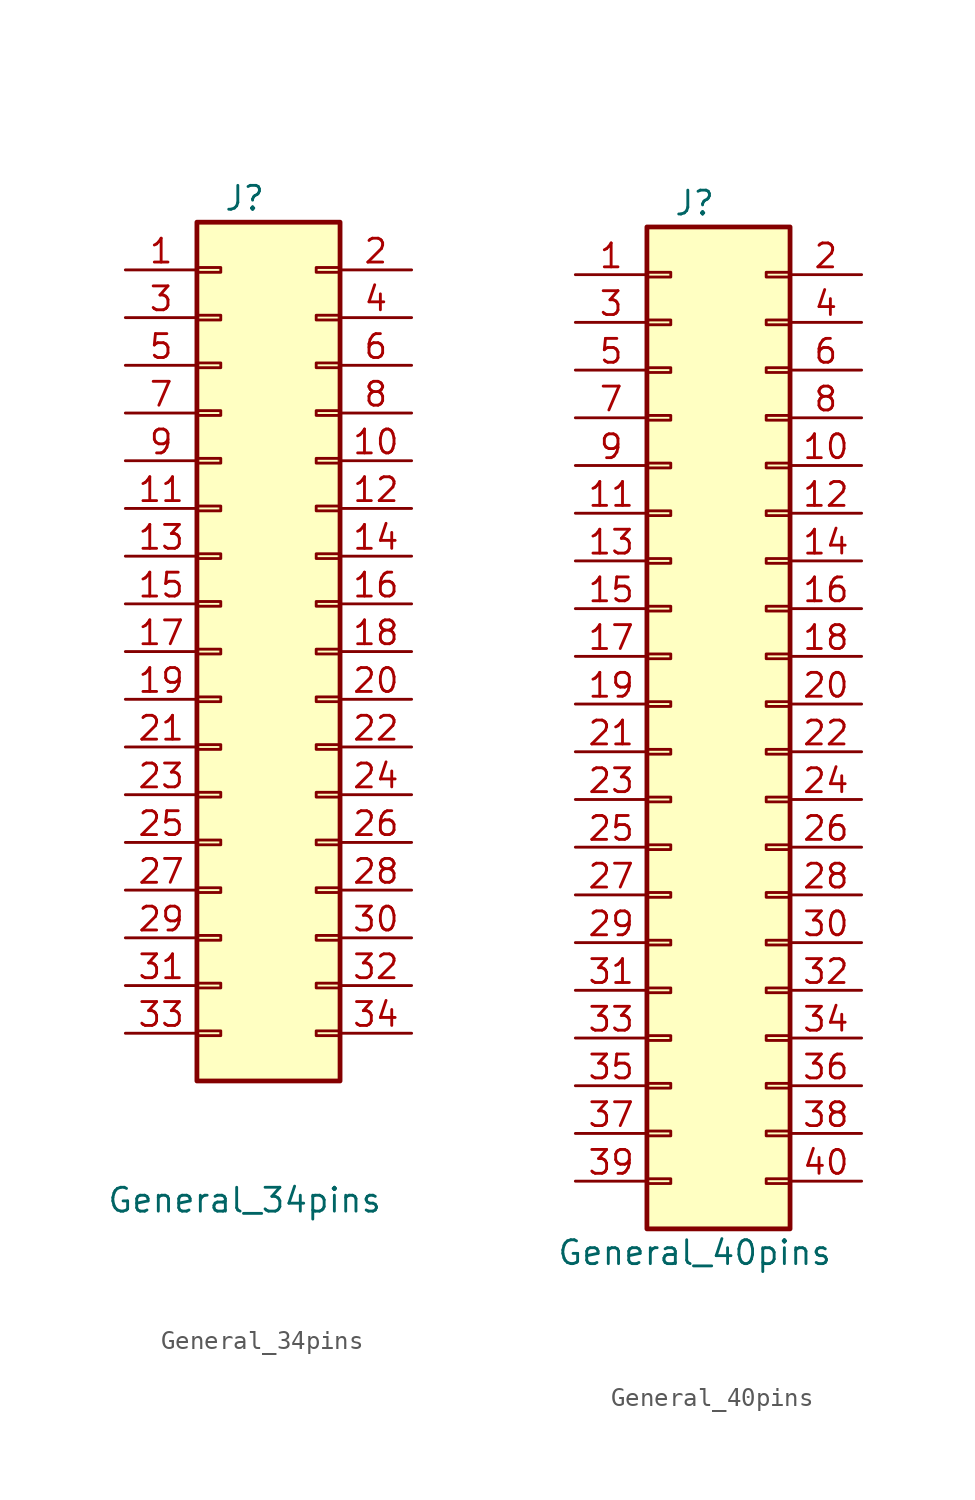
<source format=kicad_sym>
(kicad_symbol_lib
  (version 20231120)
  (generator "kicad_symbol_editor")
  (generator_version "8.0")
  (symbol "General_34pins"
    (pin_names
      (offset 1.016) hide)
    (property "Reference" "J"
      (at -1.27 25.4 0)
      (effects (font (size 1.27 1.27))))
    (property "Value" "General_34pins"
      (at -1.27 -27.94 0)
      (effects (font (size 1.27 1.27))))
    (symbol "General_34pins_1_1"
      (rectangle (start -3.81 -18.923) (end -2.54 -19.177) (stroke (width 0.152) (type default)) (fill (type none)))
      (rectangle (start -3.81 -16.383) (end -2.54 -16.637) (stroke (width 0.152) (type default)) (fill (type none)))
      (rectangle (start -3.81 -13.843) (end -2.54 -14.097) (stroke (width 0.152) (type default)) (fill (type none)))
      (rectangle (start -3.81 -11.303) (end -2.54 -11.557) (stroke (width 0.152) (type default)) (fill (type none)))
      (rectangle (start -3.81 -8.763) (end -2.54 -9.017) (stroke (width 0.152) (type default)) (fill (type none)))
      (rectangle (start -3.81 -6.223) (end -2.54 -6.477) (stroke (width 0.152) (type default)) (fill (type none)))
      (rectangle (start -3.81 -3.683) (end -2.54 -3.937) (stroke (width 0.152) (type default)) (fill (type none)))
      (rectangle (start -3.81 -1.143) (end -2.54 -1.397) (stroke (width 0.152) (type default)) (fill (type none)))
      (rectangle (start -3.81 1.397) (end -2.54 1.143) (stroke (width 0.152) (type default)) (fill (type none)))
      (rectangle (start -3.81 3.937) (end -2.54 3.683) (stroke (width 0.152) (type default)) (fill (type none)))
      (rectangle (start -3.81 6.477) (end -2.54 6.223) (stroke (width 0.152) (type default)) (fill (type none)))
      (rectangle (start -3.81 9.017) (end -2.54 8.763) (stroke (width 0.152) (type default)) (fill (type none)))
      (rectangle (start -3.81 11.557) (end -2.54 11.303) (stroke (width 0.152) (type default)) (fill (type none)))
      (rectangle (start -3.81 14.097) (end -2.54 13.843) (stroke (width 0.152) (type default)) (fill (type none)))
      (rectangle (start -3.81 16.637) (end -2.54 16.383) (stroke (width 0.152) (type default)) (fill (type none)))
      (rectangle (start -3.81 19.177) (end -2.54 18.923) (stroke (width 0.152) (type default)) (fill (type none)))
      (rectangle (start -3.81 21.717) (end -2.54 21.463) (stroke (width 0.152) (type default)) (fill (type none)))
      (rectangle (start -3.81 24.13) (end 3.81 -21.59) (stroke (width 0.254) (type default)) (fill (type background)))
      (rectangle (start 3.81 -19.177) (end 2.54 -18.923) (stroke (width 0.152) (type default)) (fill (type none)))
      (rectangle (start 3.81 -16.637) (end 2.54 -16.383) (stroke (width 0.152) (type default)) (fill (type none)))
      (rectangle (start 3.81 -14.097) (end 2.54 -13.843) (stroke (width 0.152) (type default)) (fill (type none)))
      (rectangle (start 3.81 -11.557) (end 2.54 -11.303) (stroke (width 0.152) (type default)) (fill (type none)))
      (rectangle (start 3.81 -9.017) (end 2.54 -8.763) (stroke (width 0.152) (type default)) (fill (type none)))
      (rectangle (start 3.81 -6.477) (end 2.54 -6.223) (stroke (width 0.152) (type default)) (fill (type none)))
      (rectangle (start 3.81 -3.937) (end 2.54 -3.683) (stroke (width 0.152) (type default)) (fill (type none)))
      (rectangle (start 3.81 -1.397) (end 2.54 -1.143) (stroke (width 0.152) (type default)) (fill (type none)))
      (rectangle (start 3.81 1.143) (end 2.54 1.397) (stroke (width 0.152) (type default)) (fill (type none)))
      (rectangle (start 3.81 3.683) (end 2.54 3.937) (stroke (width 0.152) (type default)) (fill (type none)))
      (rectangle (start 3.81 6.223) (end 2.54 6.477) (stroke (width 0.152) (type default)) (fill (type none)))
      (rectangle (start 3.81 8.763) (end 2.54 9.017) (stroke (width 0.152) (type default)) (fill (type none)))
      (rectangle (start 3.81 11.303) (end 2.54 11.557) (stroke (width 0.152) (type default)) (fill (type none)))
      (rectangle (start 3.81 13.843) (end 2.54 14.097) (stroke (width 0.152) (type default)) (fill (type none)))
      (rectangle (start 3.81 16.383) (end 2.54 16.637) (stroke (width 0.152) (type default)) (fill (type none)))
      (rectangle (start 3.81 18.923) (end 2.54 19.177) (stroke (width 0.152) (type default)) (fill (type none)))
      (rectangle (start 3.81 21.463) (end 2.54 21.717) (stroke (width 0.152) (type default)) (fill (type none)))
      (pin passive line (at -7.62 21.59 0) (length 3.81) (name "Pin_1" (effects (font (size 1.27 1.27)))) (number "1" (effects (font (size 1.27 1.27)))))
      (pin passive line (at 7.62 11.43 180) (length 3.81) (name "Pin_10" (effects (font (size 1.27 1.27)))) (number "10" (effects (font (size 1.27 1.27)))))
      (pin passive line (at -7.62 8.89 0) (length 3.81) (name "Pin_11" (effects (font (size 1.27 1.27)))) (number "11" (effects (font (size 1.27 1.27)))))
      (pin passive line (at 7.62 8.89 180) (length 3.81) (name "Pin_12" (effects (font (size 1.27 1.27)))) (number "12" (effects (font (size 1.27 1.27)))))
      (pin passive line (at -7.62 6.35 0) (length 3.81) (name "Pin_13" (effects (font (size 1.27 1.27)))) (number "13" (effects (font (size 1.27 1.27)))))
      (pin passive line (at 7.62 6.35 180) (length 3.81) (name "Pin_14" (effects (font (size 1.27 1.27)))) (number "14" (effects (font (size 1.27 1.27)))))
      (pin passive line (at -7.62 3.81 0) (length 3.81) (name "Pin_15" (effects (font (size 1.27 1.27)))) (number "15" (effects (font (size 1.27 1.27)))))
      (pin passive line (at 7.62 3.81 180) (length 3.81) (name "Pin_16" (effects (font (size 1.27 1.27)))) (number "16" (effects (font (size 1.27 1.27)))))
      (pin passive line (at -7.62 1.27 0) (length 3.81) (name "Pin_17" (effects (font (size 1.27 1.27)))) (number "17" (effects (font (size 1.27 1.27)))))
      (pin passive line (at 7.62 1.27 180) (length 3.81) (name "Pin_18" (effects (font (size 1.27 1.27)))) (number "18" (effects (font (size 1.27 1.27)))))
      (pin passive line (at -7.62 -1.27 0) (length 3.81) (name "Pin_19" (effects (font (size 1.27 1.27)))) (number "19" (effects (font (size 1.27 1.27)))))
      (pin passive line (at 7.62 21.59 180) (length 3.81) (name "Pin_2" (effects (font (size 1.27 1.27)))) (number "2" (effects (font (size 1.27 1.27)))))
      (pin passive line (at 7.62 -1.27 180) (length 3.81) (name "Pin_20" (effects (font (size 1.27 1.27)))) (number "20" (effects (font (size 1.27 1.27)))))
      (pin passive line (at -7.62 -3.81 0) (length 3.81) (name "Pin_21" (effects (font (size 1.27 1.27)))) (number "21" (effects (font (size 1.27 1.27)))))
      (pin passive line (at 7.62 -3.81 180) (length 3.81) (name "Pin_22" (effects (font (size 1.27 1.27)))) (number "22" (effects (font (size 1.27 1.27)))))
      (pin passive line (at -7.62 -6.35 0) (length 3.81) (name "Pin_23" (effects (font (size 1.27 1.27)))) (number "23" (effects (font (size 1.27 1.27)))))
      (pin passive line (at 7.62 -6.35 180) (length 3.81) (name "Pin_24" (effects (font (size 1.27 1.27)))) (number "24" (effects (font (size 1.27 1.27)))))
      (pin passive line (at -7.62 -8.89 0) (length 3.81) (name "Pin_25" (effects (font (size 1.27 1.27)))) (number "25" (effects (font (size 1.27 1.27)))))
      (pin passive line (at 7.62 -8.89 180) (length 3.81) (name "Pin_26" (effects (font (size 1.27 1.27)))) (number "26" (effects (font (size 1.27 1.27)))))
      (pin passive line (at -7.62 -11.43 0) (length 3.81) (name "Pin_27" (effects (font (size 1.27 1.27)))) (number "27" (effects (font (size 1.27 1.27)))))
      (pin passive line (at 7.62 -11.43 180) (length 3.81) (name "Pin_28" (effects (font (size 1.27 1.27)))) (number "28" (effects (font (size 1.27 1.27)))))
      (pin passive line (at -7.62 -13.97 0) (length 3.81) (name "Pin_29" (effects (font (size 1.27 1.27)))) (number "29" (effects (font (size 1.27 1.27)))))
      (pin passive line (at -7.62 19.05 0) (length 3.81) (name "Pin_3" (effects (font (size 1.27 1.27)))) (number "3" (effects (font (size 1.27 1.27)))))
      (pin passive line (at 7.62 -13.97 180) (length 3.81) (name "Pin_30" (effects (font (size 1.27 1.27)))) (number "30" (effects (font (size 1.27 1.27)))))
      (pin passive line (at -7.62 -16.51 0) (length 3.81) (name "Pin_31" (effects (font (size 1.27 1.27)))) (number "31" (effects (font (size 1.27 1.27)))))
      (pin passive line (at 7.62 -16.51 180) (length 3.81) (name "Pin_32" (effects (font (size 1.27 1.27)))) (number "32" (effects (font (size 1.27 1.27)))))
      (pin passive line (at -7.62 -19.05 0) (length 3.81) (name "Pin_33" (effects (font (size 1.27 1.27)))) (number "33" (effects (font (size 1.27 1.27)))))
      (pin passive line (at 7.62 -19.05 180) (length 3.81) (name "Pin_34" (effects (font (size 1.27 1.27)))) (number "34" (effects (font (size 1.27 1.27)))))
      (pin passive line (at 7.62 19.05 180) (length 3.81) (name "Pin_4" (effects (font (size 1.27 1.27)))) (number "4" (effects (font (size 1.27 1.27)))))
      (pin passive line (at -7.62 16.51 0) (length 3.81) (name "Pin_5" (effects (font (size 1.27 1.27)))) (number "5" (effects (font (size 1.27 1.27)))))
      (pin passive line (at 7.62 16.51 180) (length 3.81) (name "Pin_6" (effects (font (size 1.27 1.27)))) (number "6" (effects (font (size 1.27 1.27)))))
      (pin passive line (at -7.62 13.97 0) (length 3.81) (name "Pin_7" (effects (font (size 1.27 1.27)))) (number "7" (effects (font (size 1.27 1.27)))))
      (pin passive line (at 7.62 13.97 180) (length 3.81) (name "Pin_8" (effects (font (size 1.27 1.27)))) (number "8" (effects (font (size 1.27 1.27)))))
      (pin passive line (at -7.62 11.43 0) (length 3.81) (name "Pin_9" (effects (font (size 1.27 1.27)))) (number "9" (effects (font (size 1.27 1.27)))))))
  (symbol "General_40pins"
    (pin_names
      (offset 1.016) hide)
    (property "Reference" "J"
      (at -1.27 27.94 0)
      (effects (font (size 1.27 1.27))))
    (property "Value" "General_40pins"
      (at -1.27 -27.94 0)
      (effects (font (size 1.27 1.27))))
    (symbol "General_40pins_1_1"
      (rectangle (start -3.81 -24.003) (end -2.54 -24.257) (stroke (width 0.152) (type default)) (fill (type none)))
      (rectangle (start -3.81 -21.463) (end -2.54 -21.717) (stroke (width 0.152) (type default)) (fill (type none)))
      (rectangle (start -3.81 -18.923) (end -2.54 -19.177) (stroke (width 0.152) (type default)) (fill (type none)))
      (rectangle (start -3.81 -16.383) (end -2.54 -16.637) (stroke (width 0.152) (type default)) (fill (type none)))
      (rectangle (start -3.81 -13.843) (end -2.54 -14.097) (stroke (width 0.152) (type default)) (fill (type none)))
      (rectangle (start -3.81 -11.303) (end -2.54 -11.557) (stroke (width 0.152) (type default)) (fill (type none)))
      (rectangle (start -3.81 -8.763) (end -2.54 -9.017) (stroke (width 0.152) (type default)) (fill (type none)))
      (rectangle (start -3.81 -6.223) (end -2.54 -6.477) (stroke (width 0.152) (type default)) (fill (type none)))
      (rectangle (start -3.81 -3.683) (end -2.54 -3.937) (stroke (width 0.152) (type default)) (fill (type none)))
      (rectangle (start -3.81 -1.143) (end -2.54 -1.397) (stroke (width 0.152) (type default)) (fill (type none)))
      (rectangle (start -3.81 1.397) (end -2.54 1.143) (stroke (width 0.152) (type default)) (fill (type none)))
      (rectangle (start -3.81 3.937) (end -2.54 3.683) (stroke (width 0.152) (type default)) (fill (type none)))
      (rectangle (start -3.81 6.477) (end -2.54 6.223) (stroke (width 0.152) (type default)) (fill (type none)))
      (rectangle (start -3.81 9.017) (end -2.54 8.763) (stroke (width 0.152) (type default)) (fill (type none)))
      (rectangle (start -3.81 11.557) (end -2.54 11.303) (stroke (width 0.152) (type default)) (fill (type none)))
      (rectangle (start -3.81 14.097) (end -2.54 13.843) (stroke (width 0.152) (type default)) (fill (type none)))
      (rectangle (start -3.81 16.637) (end -2.54 16.383) (stroke (width 0.152) (type default)) (fill (type none)))
      (rectangle (start -3.81 19.177) (end -2.54 18.923) (stroke (width 0.152) (type default)) (fill (type none)))
      (rectangle (start -3.81 21.717) (end -2.54 21.463) (stroke (width 0.152) (type default)) (fill (type none)))
      (rectangle (start -3.81 24.257) (end -2.54 24.003) (stroke (width 0.152) (type default)) (fill (type none)))
      (rectangle (start -3.81 26.67) (end 3.81 -26.67) (stroke (width 0.254) (type default)) (fill (type background)))
      (rectangle (start 3.81 -24.257) (end 2.54 -24.003) (stroke (width 0.152) (type default)) (fill (type none)))
      (rectangle (start 3.81 -21.717) (end 2.54 -21.463) (stroke (width 0.152) (type default)) (fill (type none)))
      (rectangle (start 3.81 -19.177) (end 2.54 -18.923) (stroke (width 0.152) (type default)) (fill (type none)))
      (rectangle (start 3.81 -16.637) (end 2.54 -16.383) (stroke (width 0.152) (type default)) (fill (type none)))
      (rectangle (start 3.81 -14.097) (end 2.54 -13.843) (stroke (width 0.152) (type default)) (fill (type none)))
      (rectangle (start 3.81 -11.557) (end 2.54 -11.303) (stroke (width 0.152) (type default)) (fill (type none)))
      (rectangle (start 3.81 -9.017) (end 2.54 -8.763) (stroke (width 0.152) (type default)) (fill (type none)))
      (rectangle (start 3.81 -6.477) (end 2.54 -6.223) (stroke (width 0.152) (type default)) (fill (type none)))
      (rectangle (start 3.81 -3.937) (end 2.54 -3.683) (stroke (width 0.152) (type default)) (fill (type none)))
      (rectangle (start 3.81 -1.397) (end 2.54 -1.143) (stroke (width 0.152) (type default)) (fill (type none)))
      (rectangle (start 3.81 1.143) (end 2.54 1.397) (stroke (width 0.152) (type default)) (fill (type none)))
      (rectangle (start 3.81 3.683) (end 2.54 3.937) (stroke (width 0.152) (type default)) (fill (type none)))
      (rectangle (start 3.81 6.223) (end 2.54 6.477) (stroke (width 0.152) (type default)) (fill (type none)))
      (rectangle (start 3.81 8.763) (end 2.54 9.017) (stroke (width 0.152) (type default)) (fill (type none)))
      (rectangle (start 3.81 11.303) (end 2.54 11.557) (stroke (width 0.152) (type default)) (fill (type none)))
      (rectangle (start 3.81 13.843) (end 2.54 14.097) (stroke (width 0.152) (type default)) (fill (type none)))
      (rectangle (start 3.81 16.383) (end 2.54 16.637) (stroke (width 0.152) (type default)) (fill (type none)))
      (rectangle (start 3.81 18.923) (end 2.54 19.177) (stroke (width 0.152) (type default)) (fill (type none)))
      (rectangle (start 3.81 21.463) (end 2.54 21.717) (stroke (width 0.152) (type default)) (fill (type none)))
      (rectangle (start 3.81 24.003) (end 2.54 24.257) (stroke (width 0.152) (type default)) (fill (type none)))
      (pin passive line (at -7.62 24.13 0) (length 3.81) (name "Pin_1" (effects (font (size 1.27 1.27)))) (number "1" (effects (font (size 1.27 1.27)))))
      (pin passive line (at 7.62 13.97 180) (length 3.81) (name "Pin_10" (effects (font (size 1.27 1.27)))) (number "10" (effects (font (size 1.27 1.27)))))
      (pin passive line (at -7.62 11.43 0) (length 3.81) (name "Pin_11" (effects (font (size 1.27 1.27)))) (number "11" (effects (font (size 1.27 1.27)))))
      (pin passive line (at 7.62 11.43 180) (length 3.81) (name "Pin_12" (effects (font (size 1.27 1.27)))) (number "12" (effects (font (size 1.27 1.27)))))
      (pin passive line (at -7.62 8.89 0) (length 3.81) (name "Pin_13" (effects (font (size 1.27 1.27)))) (number "13" (effects (font (size 1.27 1.27)))))
      (pin passive line (at 7.62 8.89 180) (length 3.81) (name "Pin_14" (effects (font (size 1.27 1.27)))) (number "14" (effects (font (size 1.27 1.27)))))
      (pin passive line (at -7.62 6.35 0) (length 3.81) (name "Pin_15" (effects (font (size 1.27 1.27)))) (number "15" (effects (font (size 1.27 1.27)))))
      (pin passive line (at 7.62 6.35 180) (length 3.81) (name "Pin_16" (effects (font (size 1.27 1.27)))) (number "16" (effects (font (size 1.27 1.27)))))
      (pin passive line (at -7.62 3.81 0) (length 3.81) (name "Pin_17" (effects (font (size 1.27 1.27)))) (number "17" (effects (font (size 1.27 1.27)))))
      (pin passive line (at 7.62 3.81 180) (length 3.81) (name "Pin_18" (effects (font (size 1.27 1.27)))) (number "18" (effects (font (size 1.27 1.27)))))
      (pin passive line (at -7.62 1.27 0) (length 3.81) (name "Pin_19" (effects (font (size 1.27 1.27)))) (number "19" (effects (font (size 1.27 1.27)))))
      (pin passive line (at 7.62 24.13 180) (length 3.81) (name "Pin_2" (effects (font (size 1.27 1.27)))) (number "2" (effects (font (size 1.27 1.27)))))
      (pin passive line (at 7.62 1.27 180) (length 3.81) (name "Pin_20" (effects (font (size 1.27 1.27)))) (number "20" (effects (font (size 1.27 1.27)))))
      (pin passive line (at -7.62 -1.27 0) (length 3.81) (name "Pin_21" (effects (font (size 1.27 1.27)))) (number "21" (effects (font (size 1.27 1.27)))))
      (pin passive line (at 7.62 -1.27 180) (length 3.81) (name "Pin_22" (effects (font (size 1.27 1.27)))) (number "22" (effects (font (size 1.27 1.27)))))
      (pin passive line (at -7.62 -3.81 0) (length 3.81) (name "Pin_23" (effects (font (size 1.27 1.27)))) (number "23" (effects (font (size 1.27 1.27)))))
      (pin passive line (at 7.62 -3.81 180) (length 3.81) (name "Pin_24" (effects (font (size 1.27 1.27)))) (number "24" (effects (font (size 1.27 1.27)))))
      (pin passive line (at -7.62 -6.35 0) (length 3.81) (name "Pin_25" (effects (font (size 1.27 1.27)))) (number "25" (effects (font (size 1.27 1.27)))))
      (pin passive line (at 7.62 -6.35 180) (length 3.81) (name "Pin_26" (effects (font (size 1.27 1.27)))) (number "26" (effects (font (size 1.27 1.27)))))
      (pin passive line (at -7.62 -8.89 0) (length 3.81) (name "Pin_27" (effects (font (size 1.27 1.27)))) (number "27" (effects (font (size 1.27 1.27)))))
      (pin passive line (at 7.62 -8.89 180) (length 3.81) (name "Pin_28" (effects (font (size 1.27 1.27)))) (number "28" (effects (font (size 1.27 1.27)))))
      (pin passive line (at -7.62 -11.43 0) (length 3.81) (name "Pin_29" (effects (font (size 1.27 1.27)))) (number "29" (effects (font (size 1.27 1.27)))))
      (pin passive line (at -7.62 21.59 0) (length 3.81) (name "Pin_3" (effects (font (size 1.27 1.27)))) (number "3" (effects (font (size 1.27 1.27)))))
      (pin passive line (at 7.62 -11.43 180) (length 3.81) (name "Pin_30" (effects (font (size 1.27 1.27)))) (number "30" (effects (font (size 1.27 1.27)))))
      (pin passive line (at -7.62 -13.97 0) (length 3.81) (name "Pin_31" (effects (font (size 1.27 1.27)))) (number "31" (effects (font (size 1.27 1.27)))))
      (pin passive line (at 7.62 -13.97 180) (length 3.81) (name "Pin_32" (effects (font (size 1.27 1.27)))) (number "32" (effects (font (size 1.27 1.27)))))
      (pin passive line (at -7.62 -16.51 0) (length 3.81) (name "Pin_33" (effects (font (size 1.27 1.27)))) (number "33" (effects (font (size 1.27 1.27)))))
      (pin passive line (at 7.62 -16.51 180) (length 3.81) (name "Pin_34" (effects (font (size 1.27 1.27)))) (number "34" (effects (font (size 1.27 1.27)))))
      (pin passive line (at -7.62 -19.05 0) (length 3.81) (name "Pin_35" (effects (font (size 1.27 1.27)))) (number "35" (effects (font (size 1.27 1.27)))))
      (pin passive line (at 7.62 -19.05 180) (length 3.81) (name "Pin_36" (effects (font (size 1.27 1.27)))) (number "36" (effects (font (size 1.27 1.27)))))
      (pin passive line (at -7.62 -21.59 0) (length 3.81) (name "Pin_37" (effects (font (size 1.27 1.27)))) (number "37" (effects (font (size 1.27 1.27)))))
      (pin passive line (at 7.62 -21.59 180) (length 3.81) (name "Pin_38" (effects (font (size 1.27 1.27)))) (number "38" (effects (font (size 1.27 1.27)))))
      (pin passive line (at -7.62 -24.13 0) (length 3.81) (name "Pin_39" (effects (font (size 1.27 1.27)))) (number "39" (effects (font (size 1.27 1.27)))))
      (pin passive line (at 7.62 21.59 180) (length 3.81) (name "Pin_4" (effects (font (size 1.27 1.27)))) (number "4" (effects (font (size 1.27 1.27)))))
      (pin passive line (at 7.62 -24.13 180) (length 3.81) (name "Pin_40" (effects (font (size 1.27 1.27)))) (number "40" (effects (font (size 1.27 1.27)))))
      (pin passive line (at -7.62 19.05 0) (length 3.81) (name "Pin_5" (effects (font (size 1.27 1.27)))) (number "5" (effects (font (size 1.27 1.27)))))
      (pin passive line (at 7.62 19.05 180) (length 3.81) (name "Pin_6" (effects (font (size 1.27 1.27)))) (number "6" (effects (font (size 1.27 1.27)))))
      (pin passive line (at -7.62 16.51 0) (length 3.81) (name "Pin_7" (effects (font (size 1.27 1.27)))) (number "7" (effects (font (size 1.27 1.27)))))
      (pin passive line (at 7.62 16.51 180) (length 3.81) (name "Pin_8" (effects (font (size 1.27 1.27)))) (number "8" (effects (font (size 1.27 1.27)))))
      (pin passive line (at -7.62 13.97 0) (length 3.81) (name "Pin_9" (effects (font (size 1.27 1.27)))) (number "9" (effects (font (size 1.27 1.27))))))))
</source>
